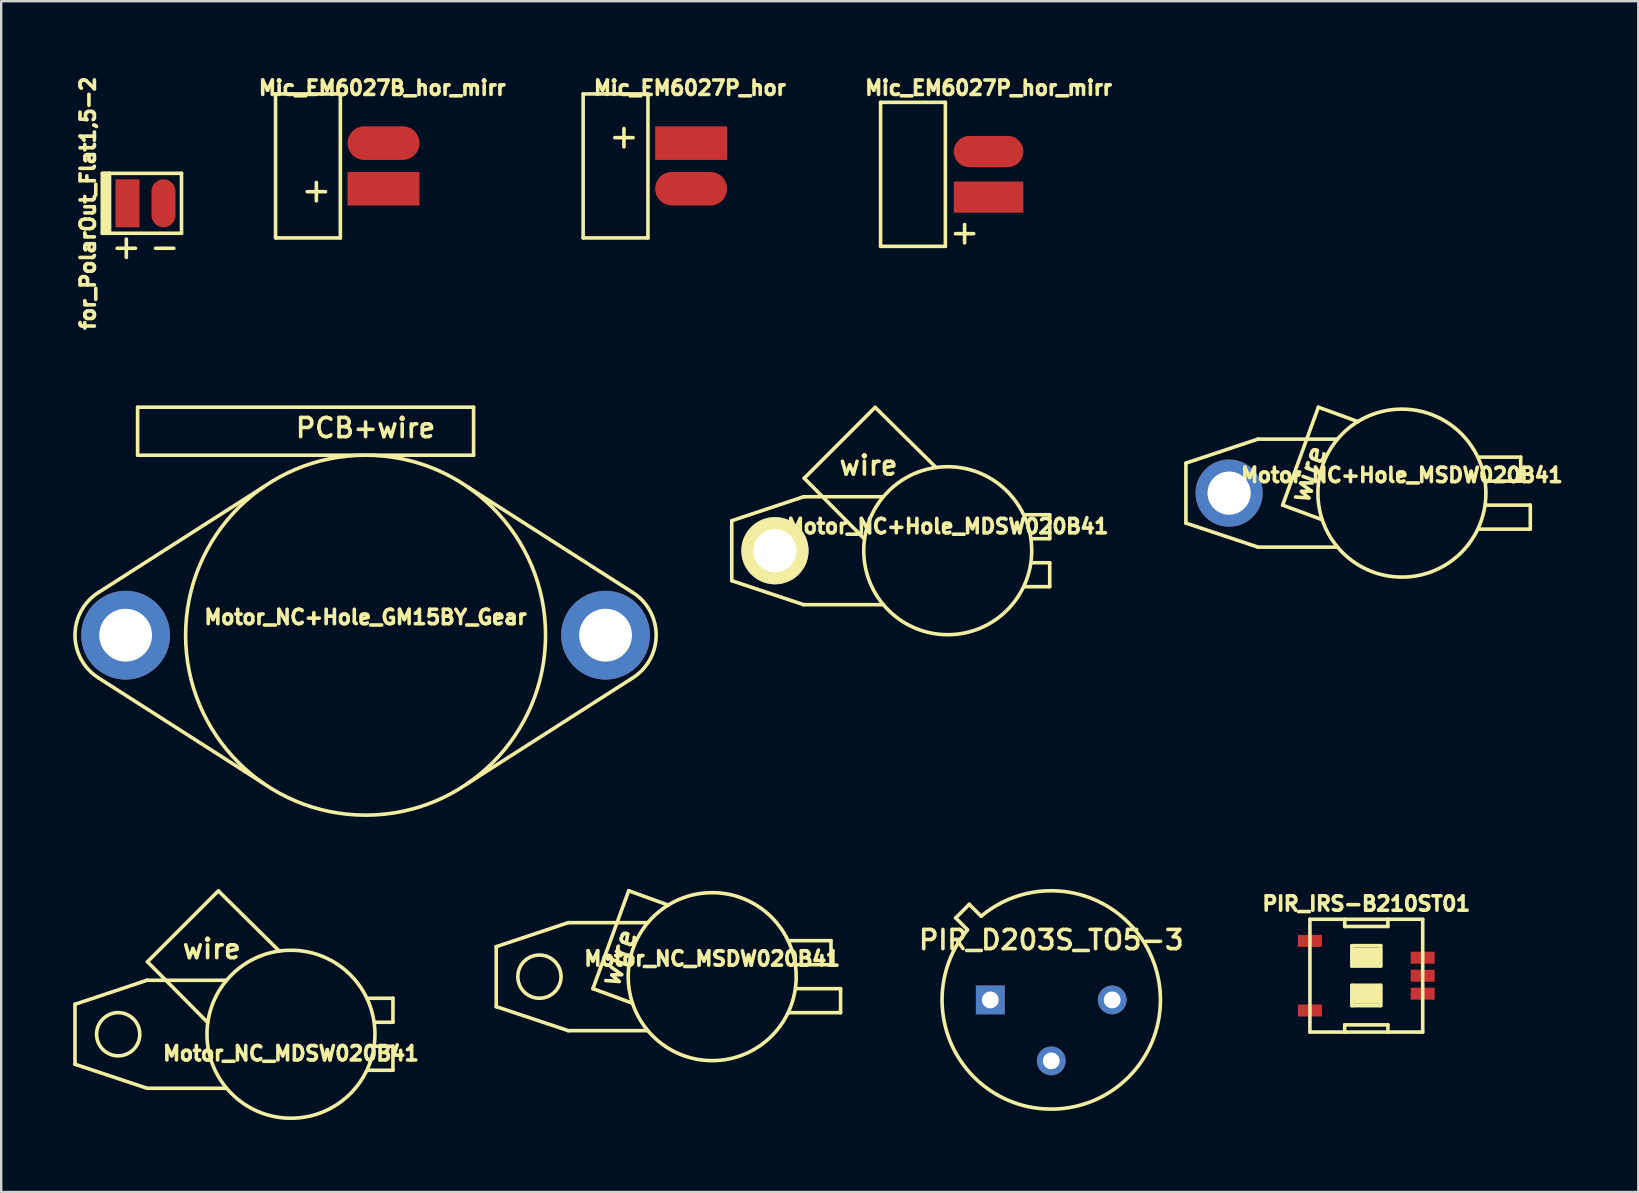
<source format=kicad_pcb>
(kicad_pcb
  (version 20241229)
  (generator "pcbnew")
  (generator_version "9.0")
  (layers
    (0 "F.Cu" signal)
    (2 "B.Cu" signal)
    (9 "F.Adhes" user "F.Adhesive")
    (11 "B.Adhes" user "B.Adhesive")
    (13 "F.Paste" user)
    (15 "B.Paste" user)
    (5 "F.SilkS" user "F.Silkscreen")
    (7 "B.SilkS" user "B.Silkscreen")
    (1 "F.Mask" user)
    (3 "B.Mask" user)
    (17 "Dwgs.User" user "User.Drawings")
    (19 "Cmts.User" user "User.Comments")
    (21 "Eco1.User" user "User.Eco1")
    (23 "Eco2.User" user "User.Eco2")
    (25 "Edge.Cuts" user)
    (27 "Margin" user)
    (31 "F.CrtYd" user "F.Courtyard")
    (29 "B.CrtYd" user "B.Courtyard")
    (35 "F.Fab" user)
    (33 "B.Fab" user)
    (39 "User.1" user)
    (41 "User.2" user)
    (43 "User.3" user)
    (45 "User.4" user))
  (footprint "PIR_IRS-B210ST01"
    (layer "F.Cu")
    (at 53.887 37.609)
    (property "Reference" "PIR_IRS-B210ST01" (at 0 -3 0) (layer "F.SilkS") (effects (font (size 0.6 0.6) (thickness 0.15))))
    (attr smd)
    (fp_line (start -2.35 -2.35) (end -2.35 2.35) (stroke (width 0.15) (type solid)) (layer "F.SilkS"))
    (fp_line (start -2.35 2.35) (end 2.35 2.35) (stroke (width 0.15) (type solid)) (layer "F.SilkS"))
    (fp_line (start -0.9 -2.05) (end -0.9 -2.35) (stroke (width 0.15) (type solid)) (layer "F.SilkS"))
    (fp_line (start -0.9 -2.05) (end 0.9 -2.05) (stroke (width 0.15) (type solid)) (layer "F.SilkS"))
    (fp_line (start -0.9 2.05) (end -0.9 2.35) (stroke (width 0.15) (type solid)) (layer "F.SilkS"))
    (fp_line (start -0.6 -1.25) (end 0.6 -1.25) (stroke (width 0.15) (type solid)) (layer "F.SilkS"))
    (fp_line (start -0.6 -1) (end 0.6 -1) (stroke (width 0.15) (type solid)) (layer "F.SilkS"))
    (fp_line (start -0.6 -0.8) (end 0.6 -0.8) (stroke (width 0.15) (type solid)) (layer "F.SilkS"))
    (fp_line (start -0.6 -0.7) (end 0.6 -0.7) (stroke (width 0.15) (type solid)) (layer "F.SilkS"))
    (fp_line (start -0.6 -0.4) (end -0.6 -1.25) (stroke (width 0.15) (type solid)) (layer "F.SilkS"))
    (fp_line (start -0.6 0.4) (end 0.6 0.4) (stroke (width 0.15) (type solid)) (layer "F.SilkS"))
    (fp_line (start -0.6 1.25) (end -0.6 0.4) (stroke (width 0.15) (type solid)) (layer "F.SilkS"))
    (fp_line (start 0.6 -1.25) (end 0.6 -0.4) (stroke (width 0.15) (type solid)) (layer "F.SilkS"))
    (fp_line (start 0.6 -1.1) (end -0.6 -1.1) (stroke (width 0.15) (type solid)) (layer "F.SilkS"))
    (fp_line (start 0.6 -0.9) (end -0.6 -0.9) (stroke (width 0.15) (type solid)) (layer "F.SilkS"))
    (fp_line (start 0.6 -0.6) (end -0.6 -0.6) (stroke (width 0.15) (type solid)) (layer "F.SilkS"))
    (fp_line (start 0.6 -0.5) (end -0.6 -0.5) (stroke (width 0.15) (type solid)) (layer "F.SilkS"))
    (fp_line (start 0.6 -0.4) (end -0.6 -0.4) (stroke (width 0.15) (type solid)) (layer "F.SilkS"))
    (fp_line (start 0.6 0.4) (end 0.6 1.25) (stroke (width 0.15) (type solid)) (layer "F.SilkS"))
    (fp_line (start 0.6 0.5) (end -0.6 0.5) (stroke (width 0.15) (type solid)) (layer "F.SilkS"))
    (fp_line (start 0.6 0.6) (end -0.6 0.6) (stroke (width 0.15) (type solid)) (layer "F.SilkS"))
    (fp_line (start 0.6 0.7) (end -0.6 0.7) (stroke (width 0.15) (type solid)) (layer "F.SilkS"))
    (fp_line (start 0.6 0.8) (end -0.6 0.8) (stroke (width 0.15) (type solid)) (layer "F.SilkS"))
    (fp_line (start 0.6 0.9) (end -0.6 0.9) (stroke (width 0.15) (type solid)) (layer "F.SilkS"))
    (fp_line (start 0.6 1) (end -0.6 1) (stroke (width 0.15) (type solid)) (layer "F.SilkS"))
    (fp_line (start 0.6 1.1) (end -0.6 1.1) (stroke (width 0.15) (type solid)) (layer "F.SilkS"))
    (fp_line (start 0.6 1.25) (end -0.6 1.25) (stroke (width 0.15) (type solid)) (layer "F.SilkS"))
    (fp_line (start 0.9 -2.05) (end 0.9 -2.35) (stroke (width 0.15) (type solid)) (layer "F.SilkS"))
    (fp_line (start 0.9 2.05) (end -0.9 2.05) (stroke (width 0.15) (type solid)) (layer "F.SilkS"))
    (fp_line (start 0.9 2.05) (end 0.9 2.35) (stroke (width 0.15) (type solid)) (layer "F.SilkS"))
    (fp_line (start 2.35 -2.35) (end -2.35 -2.35) (stroke (width 0.15) (type solid)) (layer "F.SilkS"))
    (fp_line (start 2.35 2.35) (end 2.35 -2.35) (stroke (width 0.15) (type solid)) (layer "F.SilkS"))
    (pad "1" smd rect (at 2.35 0.75) (size 1 0.5) (layers "F.Cu" "F.Mask" "F.Paste"))
    (pad "2" smd rect (at 2.35 0) (size 1 0.5) (layers "F.Cu" "F.Mask" "F.Paste"))
    (pad "3" smd rect (at 2.35 -0.75) (size 1 0.5) (layers "F.Cu" "F.Mask" "F.Paste"))
    (pad "4" smd rect (at -2.35 -1.45) (size 1 0.5) (layers "F.Cu" "F.Mask" "F.Paste"))
    (pad "5" smd rect (at -2.35 1.45) (size 1 0.5) (layers "F.Cu" "F.Mask" "F.Paste")))
  (footprint "PIR_D203S_TO5-3"
    (layer "F.Cu")
    (at 40.758 38.619)
    (property "Reference" "PIR_D203S_TO5-3" (at 0 -2.5 0) (layer "F.SilkS") (effects (font (size 0.8 0.8) (thickness 0.15))))
    (attr through_hole)
    (fp_line (start -3.983 -3.417) (end -3.488 -2.922) (stroke (width 0.15) (type solid)) (layer "F.SilkS"))
    (fp_line (start -3.417 -3.983) (end -3.983 -3.417) (stroke (width 0.15) (type solid)) (layer "F.SilkS"))
    (fp_line (start -2.922 -3.488) (end -3.417 -3.983) (stroke (width 0.15) (type solid)) (layer "F.SilkS"))
    (fp_arc (start -2.922036 -3.487722) (mid 3.220506 3.214162) (end -3.493477 -2.915153) (stroke (width 0.15) (type solid)) (layer "F.SilkS"))
    (pad "1" thru_hole rect (at -2.54 0) (size 1.2 1.2) (drill 0.7) (layers "*.Cu" "*.Mask"))
    (pad "2" thru_hole oval (at 0 2.54) (size 1.2 1.2) (drill 0.7) (layers "*.Cu" "*.Mask"))
    (pad "3" thru_hole oval (at 2.54 0) (size 1.2 1.2) (drill 0.7) (layers "*.Cu" "*.Mask")))
  (footprint "Mic_EM6027P_hor"
    (layer "F.Cu")
    (at 23.951 3.864)
    (property "Reference" "Mic_EM6027P_hor" (at 1.75 -3.25 0) (layer "F.SilkS") (effects (font (size 0.6 0.6) (thickness 0.15))))
    (attr through_hole)
    (fp_line (start -2.7 -3) (end -2.7 3) (stroke (width 0.15) (type solid)) (layer "F.SilkS"))
    (fp_line (start -2.7 3) (end 0 3) (stroke (width 0.15) (type solid)) (layer "F.SilkS"))
    (fp_line (start 0 -3) (end -2.7 -3) (stroke (width 0.15) (type solid)) (layer "F.SilkS"))
    (fp_line (start 0 -3) (end 0 3) (stroke (width 0.15) (type solid)) (layer "F.SilkS"))
    (fp_text user "+" (at -1 -1.25 0) (unlocked yes) (layer "F.SilkS") (effects (font (size 1 1) (thickness 0.15))))
    (pad "1" smd rect (at 1.8 -0.95) (size 3 1.4) (layers "F.Cu" "F.Mask" "F.Paste"))
    (pad "2" smd oval (at 1.8 0.95) (size 3 1.4) (layers "F.Cu" "F.Mask" "F.Paste")))
  (footprint "Motor_NC_MDSW020B41"
    (layer "F.Cu")
    (at 9.075 40.049)
    (property "Reference" "Motor_NC_MDSW020B41" (at 0 0.8 0) (layer "F.SilkS") (effects (font (size 0.6 0.6) (thickness 0.15))))
    (attr through_hole)
    (fp_line (start -9 -1.25) (end -9 1.25) (stroke (width 0.15) (type solid)) (layer "F.SilkS"))
    (fp_line (start -9 1.25) (end -6 2.25) (stroke (width 0.15) (type solid)) (layer "F.SilkS"))
    (fp_line (start -6 -2.25) (end -9 -1.25) (stroke (width 0.15) (type solid)) (layer "F.SilkS"))
    (fp_line (start -5.98 -3.02) (end -3.47 -0.49) (stroke (width 0.15) (type solid)) (layer "F.SilkS"))
    (fp_line (start -5.98 -3.02) (end -3.02 -5.98) (stroke (width 0.15) (type solid)) (layer "F.SilkS"))
    (fp_line (start -2.7 -2.25) (end -6 -2.25) (stroke (width 0.15) (type solid)) (layer "F.SilkS"))
    (fp_line (start -2.7 2.25) (end -6 2.25) (stroke (width 0.15) (type solid)) (layer "F.SilkS"))
    (fp_line (start -0.49 -3.47) (end -3 -5.95) (stroke (width 0.15) (type solid)) (layer "F.SilkS"))
    (fp_line (start 4.25 -1.5) (end 3.2 -1.5) (stroke (width 0.15) (type solid)) (layer "F.SilkS"))
    (fp_line (start 4.25 -1.5) (end 4.25 -0.5) (stroke (width 0.15) (type solid)) (layer "F.SilkS"))
    (fp_line (start 4.25 -0.5) (end 3.5 -0.5) (stroke (width 0.15) (type solid)) (layer "F.SilkS"))
    (fp_line (start 4.25 0.5) (end 3.5 0.5) (stroke (width 0.15) (type solid)) (layer "F.SilkS"))
    (fp_line (start 4.25 0.5) (end 4.25 1.5) (stroke (width 0.15) (type solid)) (layer "F.SilkS"))
    (fp_line (start 4.25 1.5) (end 3.2 1.5) (stroke (width 0.15) (type solid)) (layer "F.SilkS"))
    (fp_circle (center -7.2 0) (end -8.1 0) (stroke (width 0.15) (type solid)) (fill no) (layer "F.SilkS"))
    (fp_circle (center 0 0) (end 3.5 0) (stroke (width 0.15) (type solid)) (fill no) (layer "F.SilkS"))
    (fp_text user "wire" (at -3.302 -3.556 0) (layer "F.SilkS") (effects (font (size 0.8 0.8) (thickness 0.15)))))
  (footprint "for_PolarOut_Flat1,5-2"
    (layer "F.Cu")
    (at 3.014 5.422)
    (property "Reference" "for_PolarOut_Flat1,5-2" (at -2.4 0 90) (layer "F.SilkS") (effects (font (size 0.6 0.6) (thickness 0.15))))
    (attr smd)
    (fp_line (start -1.8 1.25) (end -1.8 -1.25) (stroke (width 0.15) (type solid)) (layer "F.SilkS"))
    (fp_line (start -1.7 -1.25) (end -1.7 1.25) (stroke (width 0.15) (type solid)) (layer "F.SilkS"))
    (fp_line (start -1.6 1.25) (end -1.6 -1.25) (stroke (width 0.15) (type solid)) (layer "F.SilkS"))
    (fp_line (start -1.5 -1.25) (end -1.8 -1.25) (stroke (width 0.15) (type solid)) (layer "F.SilkS"))
    (fp_line (start -1.5 -1.25) (end 1.5 -1.25) (stroke (width 0.15) (type solid)) (layer "F.SilkS"))
    (fp_line (start -1.5 1.25) (end -1.8 1.25) (stroke (width 0.15) (type solid)) (layer "F.SilkS"))
    (fp_line (start -1.5 1.25) (end -1.5 -1.25) (stroke (width 0.15) (type solid)) (layer "F.SilkS"))
    (fp_line (start 1.5 1.25) (end -1.5 1.25) (stroke (width 0.15) (type solid)) (layer "F.SilkS"))
    (fp_line (start 1.5 1.25) (end 1.5 -1.25) (stroke (width 0.15) (type solid)) (layer "F.SilkS"))
    (fp_text user "-" (at 0.8 1.8 0) (layer "F.SilkS") (effects (font (size 1 1) (thickness 0.15))))
    (fp_text user "+" (at -0.8 1.8 0) (layer "F.SilkS") (effects (font (size 1 1) (thickness 0.15))))
    (pad "1" smd rect (at -0.75 0) (size 1 2) (layers "F.Cu" "F.Mask" "F.Paste"))
    (pad "2" smd oval (at 0.75 0) (size 1 2) (layers "F.Cu" "F.Mask" "F.Paste")))
  (footprint "Mic_EM6027B_hor_mirr"
    (layer "F.Cu")
    (at 11.133 3.864)
    (property "Reference" "Mic_EM6027B_hor_mirr" (at 1.75 -3.25 0) (layer "F.SilkS") (effects (font (size 0.6 0.6) (thickness 0.15))))
    (attr through_hole)
    (fp_line (start -2.7 -3) (end -2.7 3) (stroke (width 0.15) (type solid)) (layer "F.SilkS"))
    (fp_line (start -2.7 3) (end 0 3) (stroke (width 0.15) (type solid)) (layer "F.SilkS"))
    (fp_line (start 0 -3) (end -2.7 -3) (stroke (width 0.15) (type solid)) (layer "F.SilkS"))
    (fp_line (start 0 -3) (end 0 3) (stroke (width 0.15) (type solid)) (layer "F.SilkS"))
    (fp_text user "+" (at -1 1 0) (unlocked yes) (layer "F.SilkS") (effects (font (size 1 1) (thickness 0.15))))
    (pad "1" smd rect (at 1.8 0.95) (size 3 1.4) (layers "F.Cu" "F.Mask" "F.Paste"))
    (pad "2" smd oval (at 1.8 -0.95) (size 3 1.4) (layers "F.Cu" "F.Mask" "F.Paste")))
  (footprint "Motor_NC_MSDW020B41"
    (layer "F.Cu")
    (at 26.629 37.649)
    (property "Reference" "Motor_NC_MSDW020B41" (at 0 -0.75 0) (layer "F.SilkS") (effects (font (size 0.6 0.6) (thickness 0.15))))
    (attr through_hole)
    (fp_line (start -9 -1.25) (end -9 1.25) (stroke (width 0.15) (type solid)) (layer "F.SilkS"))
    (fp_line (start -9 1.25) (end -6 2.25) (stroke (width 0.15) (type solid)) (layer "F.SilkS"))
    (fp_line (start -6 -2.25) (end -9 -1.25) (stroke (width 0.15) (type solid)) (layer "F.SilkS"))
    (fp_line (start -4.97 0.5) (end -3.32 1.11) (stroke (width 0.15) (type solid)) (layer "F.SilkS"))
    (fp_line (start -3.48 -3.58) (end -4.97 0.5) (stroke (width 0.15) (type solid)) (layer "F.SilkS"))
    (fp_line (start -3.48 -3.58) (end -1.83 -2.98) (stroke (width 0.15) (type solid)) (layer "F.SilkS"))
    (fp_line (start -2.7 -2.25) (end -6 -2.25) (stroke (width 0.15) (type solid)) (layer "F.SilkS"))
    (fp_line (start -2.7 2.25) (end -6 2.25) (stroke (width 0.15) (type solid)) (layer "F.SilkS"))
    (fp_line (start 4.95 -1.5) (end 3.2 -1.5) (stroke (width 0.15) (type solid)) (layer "F.SilkS"))
    (fp_line (start 4.95 -1.5) (end 4.95 -0.5) (stroke (width 0.15) (type solid)) (layer "F.SilkS"))
    (fp_line (start 4.95 -0.5) (end 3.5 -0.5) (stroke (width 0.15) (type solid)) (layer "F.SilkS"))
    (fp_line (start 5.35 0.5) (end 3.5 0.5) (stroke (width 0.15) (type solid)) (layer "F.SilkS"))
    (fp_line (start 5.35 0.5) (end 5.35 1.5) (stroke (width 0.15) (type solid)) (layer "F.SilkS"))
    (fp_line (start 5.35 1.5) (end 3.2 1.5) (stroke (width 0.15) (type solid)) (layer "F.SilkS"))
    (fp_circle (center -7.2 0) (end -8.1 0) (stroke (width 0.15) (type solid)) (fill no) (layer "F.SilkS"))
    (fp_circle (center 0 0) (end 3.5 0) (stroke (width 0.15) (type solid)) (fill no) (layer "F.SilkS"))
    (fp_text user "wire" (at -3.9 -0.8 70) (layer "F.SilkS") (effects (font (size 0.8 0.8) (thickness 0.15)))))
  (footprint "Mic_EM6027P_hor_mirr"
    (layer "F.Cu")
    (at 36.346 4.214)
    (property "Reference" "Mic_EM6027P_hor_mirr" (at 1.8 -3.6 0) (layer "F.SilkS") (effects (font (size 0.6 0.6) (thickness 0.15))))
    (attr smd)
    (fp_line (start -2.7 -3) (end -2.7 3) (stroke (width 0.15) (type solid)) (layer "F.SilkS"))
    (fp_line (start -2.7 3) (end 0 3) (stroke (width 0.15) (type solid)) (layer "F.SilkS"))
    (fp_line (start 0 -3) (end -2.7 -3) (stroke (width 0.15) (type solid)) (layer "F.SilkS"))
    (fp_line (start 0 -3) (end 0 3) (stroke (width 0.15) (type solid)) (layer "F.SilkS"))
    (fp_text user "+" (at 0.8 2.4 0) (unlocked yes) (layer "F.SilkS") (effects (font (size 1 1) (thickness 0.15))))
    (pad "1" smd rect (at 1.8 0.95) (size 2.9 1.3) (layers "F.Cu" "F.Mask" "F.Paste"))
    (pad "2" smd oval (at 1.8 -0.95) (size 2.9 1.3) (layers "F.Cu" "F.Mask" "F.Paste")))
  (footprint "Motor_NC+Hole_MDSW020B41"
    (layer "F.Cu")
    (at 36.444 19.899)
    (property "Reference" "Motor_NC+Hole_MDSW020B41" (at 0 -1.016 0) (layer "F.SilkS") (effects (font (size 0.6 0.6) (thickness 0.15))))
    (attr through_hole)
    (fp_line (start -9 -1.25) (end -9 1.25) (stroke (width 0.15) (type solid)) (layer "F.SilkS"))
    (fp_line (start -9 1.25) (end -6 2.25) (stroke (width 0.15) (type solid)) (layer "F.SilkS"))
    (fp_line (start -6 -2.25) (end -9 -1.25) (stroke (width 0.15) (type solid)) (layer "F.SilkS"))
    (fp_line (start -5.98 -3.02) (end -3.47 -0.49) (stroke (width 0.15) (type solid)) (layer "F.SilkS"))
    (fp_line (start -5.98 -3.02) (end -3.02 -5.98) (stroke (width 0.15) (type solid)) (layer "F.SilkS"))
    (fp_line (start -2.7 -2.25) (end -6 -2.25) (stroke (width 0.15) (type solid)) (layer "F.SilkS"))
    (fp_line (start -2.7 2.25) (end -6 2.25) (stroke (width 0.15) (type solid)) (layer "F.SilkS"))
    (fp_line (start -0.49 -3.47) (end -3 -5.95) (stroke (width 0.15) (type solid)) (layer "F.SilkS"))
    (fp_line (start 4.25 -1.5) (end 3.2 -1.5) (stroke (width 0.15) (type solid)) (layer "F.SilkS"))
    (fp_line (start 4.25 -1.5) (end 4.25 -0.5) (stroke (width 0.15) (type solid)) (layer "F.SilkS"))
    (fp_line (start 4.25 -0.5) (end 3.5 -0.5) (stroke (width 0.15) (type solid)) (layer "F.SilkS"))
    (fp_line (start 4.25 0.5) (end 3.5 0.5) (stroke (width 0.15) (type solid)) (layer "F.SilkS"))
    (fp_line (start 4.25 0.5) (end 4.25 1.5) (stroke (width 0.15) (type solid)) (layer "F.SilkS"))
    (fp_line (start 4.25 1.5) (end 3.2 1.5) (stroke (width 0.15) (type solid)) (layer "F.SilkS"))
    (fp_circle (center 0 0) (end 3.5 0) (stroke (width 0.15) (type solid)) (fill no) (layer "F.SilkS"))
    (fp_text user "wire" (at -3.302 -3.556 0) (layer "F.SilkS") (effects (font (size 0.8 0.8) (thickness 0.15))))
    (pad "H" thru_hole circle (at -7.2 0) (size 2.8 2.8) (drill 1.8) (layers "*.Cu" "*.Mask" "F.SilkS")))
  (footprint "Motor_NC+Hole_MSDW020B41"
    (layer "F.Cu")
    (at 55.37 17.499)
    (property "Reference" "Motor_NC+Hole_MSDW020B41" (at 0 -0.75 0) (layer "F.SilkS") (effects (font (size 0.6 0.6) (thickness 0.15))))
    (attr through_hole)
    (fp_line (start -9 -1.25) (end -9 1.25) (stroke (width 0.15) (type solid)) (layer "F.SilkS"))
    (fp_line (start -9 1.25) (end -6 2.25) (stroke (width 0.15) (type solid)) (layer "F.SilkS"))
    (fp_line (start -6 -2.25) (end -9 -1.25) (stroke (width 0.15) (type solid)) (layer "F.SilkS"))
    (fp_line (start -4.97 0.5) (end -3.32 1.11) (stroke (width 0.15) (type solid)) (layer "F.SilkS"))
    (fp_line (start -3.48 -3.58) (end -4.97 0.5) (stroke (width 0.15) (type solid)) (layer "F.SilkS"))
    (fp_line (start -3.48 -3.58) (end -1.83 -2.98) (stroke (width 0.15) (type solid)) (layer "F.SilkS"))
    (fp_line (start -2.7 -2.25) (end -6 -2.25) (stroke (width 0.15) (type solid)) (layer "F.SilkS"))
    (fp_line (start -2.7 2.25) (end -6 2.25) (stroke (width 0.15) (type solid)) (layer "F.SilkS"))
    (fp_line (start 4.95 -1.5) (end 3.2 -1.5) (stroke (width 0.15) (type solid)) (layer "F.SilkS"))
    (fp_line (start 4.95 -1.5) (end 4.95 -0.5) (stroke (width 0.15) (type solid)) (layer "F.SilkS"))
    (fp_line (start 4.95 -0.5) (end 3.5 -0.5) (stroke (width 0.15) (type solid)) (layer "F.SilkS"))
    (fp_line (start 5.35 0.5) (end 3.5 0.5) (stroke (width 0.15) (type solid)) (layer "F.SilkS"))
    (fp_line (start 5.35 0.5) (end 5.35 1.5) (stroke (width 0.15) (type solid)) (layer "F.SilkS"))
    (fp_line (start 5.35 1.5) (end 3.2 1.5) (stroke (width 0.15) (type solid)) (layer "F.SilkS"))
    (fp_circle (center 0 0) (end 3.5 0) (stroke (width 0.15) (type solid)) (fill no) (layer "F.SilkS"))
    (fp_text user "wire" (at -3.9 -0.8 70) (layer "F.SilkS") (effects (font (size 0.8 0.8) (thickness 0.15))))
    (pad "H" thru_hole circle (at -7.2 0) (size 2.8 2.8) (drill 1.8) (layers "*.Cu" "*.Mask")))
  (footprint "Motor_NC+Hole_GM15BY_Gear"
    (layer "F.Cu")
    (at 12.185 23.419)
    (property "Reference" "Motor_NC+Hole_GM15BY_Gear" (at 0 -0.75 0) (layer "F.SilkS") (effects (font (size 0.6 0.6) (thickness 0.15))))
    (attr through_hole)
    (fp_line (start -9.5 -9.5) (end -9.5 -7.5) (stroke (width 0.15) (type solid)) (layer "F.SilkS"))
    (fp_line (start -9.5 -9.5) (end 4.5 -9.5) (stroke (width 0.15) (type solid)) (layer "F.SilkS"))
    (fp_line (start -9.5 -7.5) (end 4.5 -7.5) (stroke (width 0.15) (type solid)) (layer "F.SilkS"))
    (fp_line (start -4.25 -6.18) (end -11.1 -1.8) (stroke (width 0.15) (type solid)) (layer "F.SilkS"))
    (fp_line (start -4.25 6.18) (end -11.1 1.8) (stroke (width 0.15) (type solid)) (layer "F.SilkS"))
    (fp_line (start 4.25 -6.18) (end 11.1 -1.8) (stroke (width 0.15) (type solid)) (layer "F.SilkS"))
    (fp_line (start 4.25 6.18) (end 11.1 1.8) (stroke (width 0.15) (type solid)) (layer "F.SilkS"))
    (fp_line (start 4.5 -9.5) (end 4.5 -7.5) (stroke (width 0.15) (type solid)) (layer "F.SilkS"))
    (fp_arc (start -11.135621 1.777742) (mid -12.109398 -0.021002) (end -11.1 -1.8) (stroke (width 0.15) (type solid)) (layer "F.SilkS"))
    (fp_arc (start 11.1 -1.8) (mid 12.109398 -0.021002) (end 11.135621 1.777742) (stroke (width 0.15) (type solid)) (layer "F.SilkS"))
    (fp_circle (center 0 0) (end 7.5 0) (stroke (width 0.15) (type solid)) (fill no) (layer "F.SilkS"))
    (fp_text user "PCB+wire" (at 0 -8.636 0) (layer "F.SilkS") (effects (font (size 0.8 0.8) (thickness 0.15))))
    (pad "H" thru_hole circle (at -10 0) (size 3.7 3.7) (drill 2.2) (layers "*.Cu" "*.Mask"))
    (pad "H" thru_hole circle (at 10 0) (size 3.7 3.7) (drill 2.2) (layers "*.Cu" "*.Mask")))
  (gr_rect
    (start -3 -3)
    (end 65.22 46.624)
    (stroke (width 0.1) (type default))
    (fill no)
    (layer "Edge.Cuts")))
</source>
